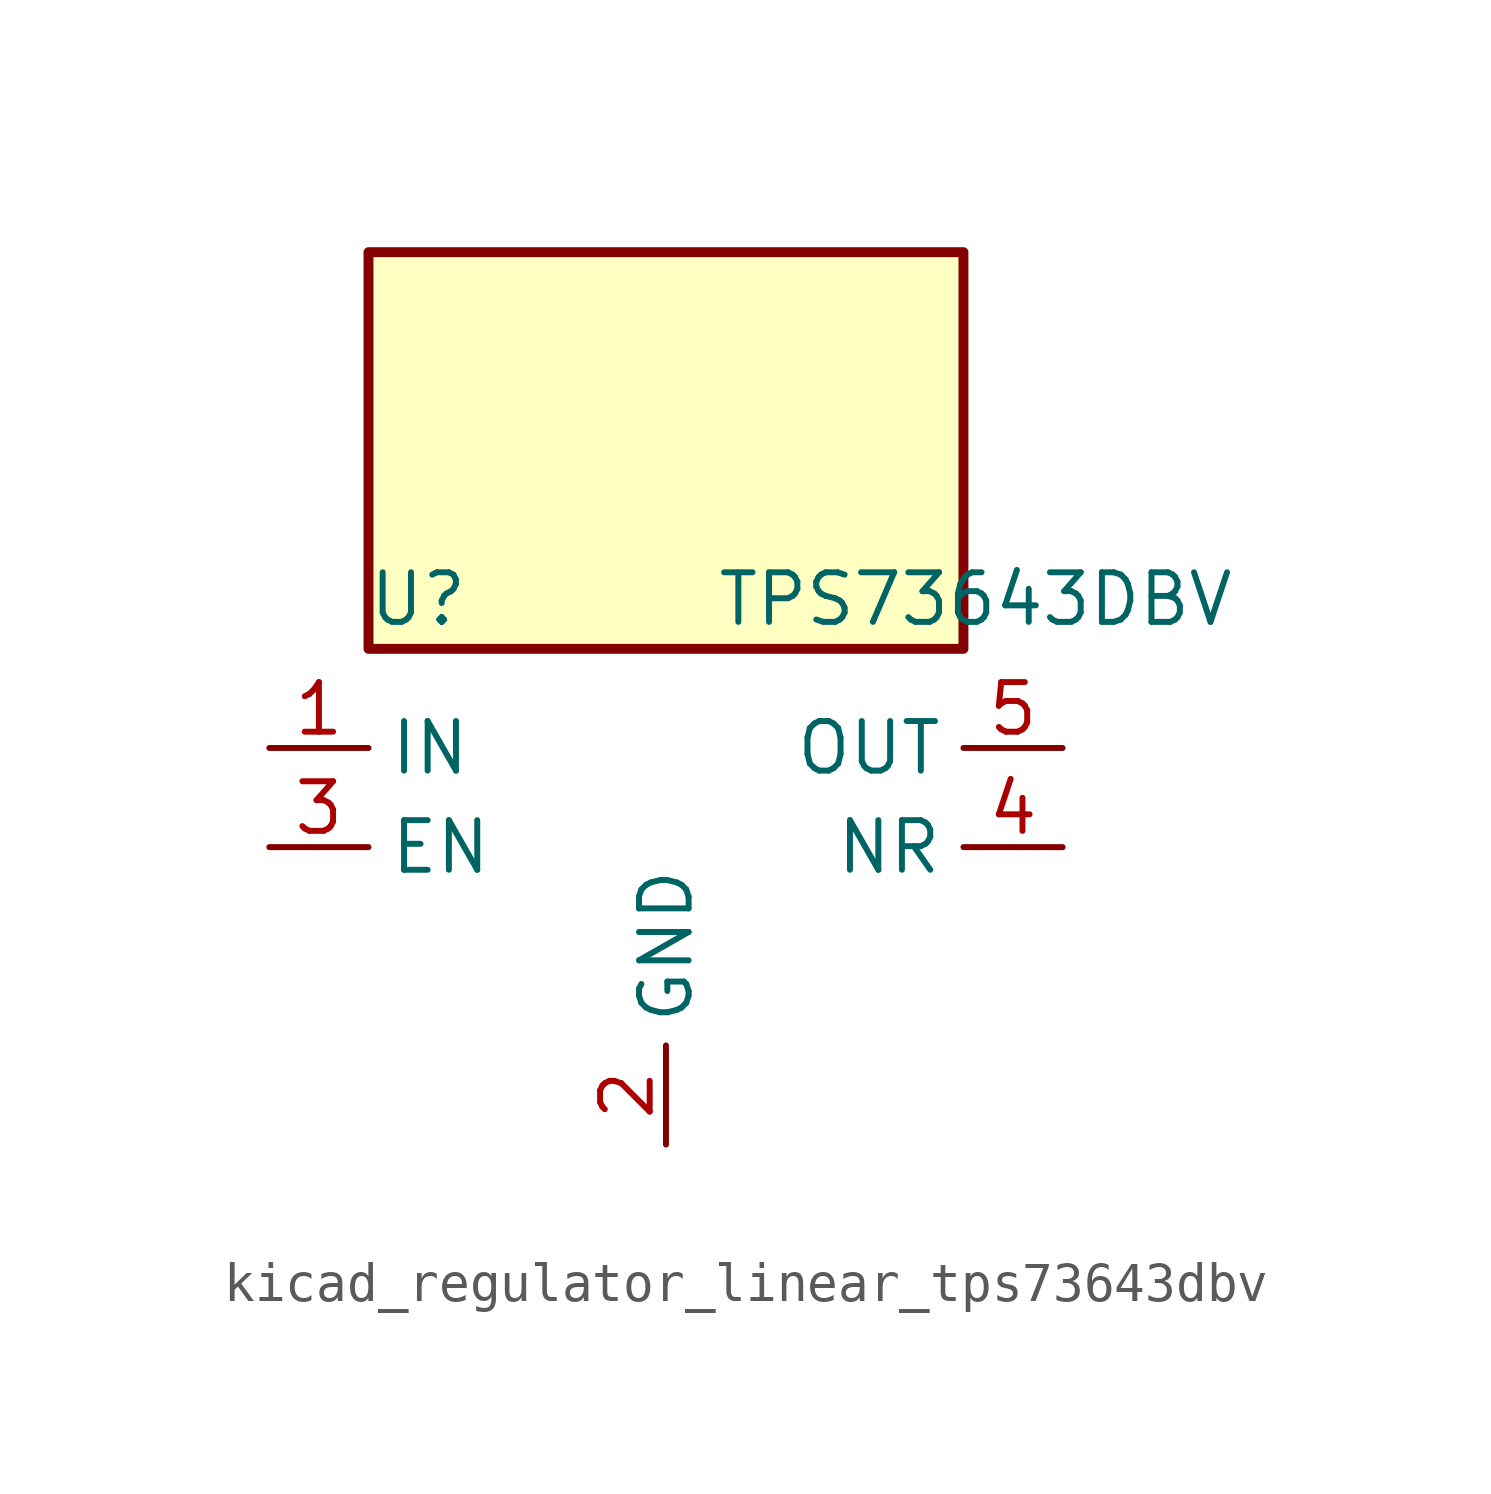
<source format=kicad_sym>
(kicad_symbol_lib
  (version 20220914)
  (generator kicad_symbol_editor)
  (symbol "kicad_regulator_linear_tps73643dbv"
    (property "Reference" "U"
      (at -6.35 6.35 0)
      (effects (font (size 1.27 1.27))))
    (property "Value" "TPS73643DBV"
      (at 1.27 6.35 0)
      (effects (font (size 1.27 1.27)) (justify left)))
    (symbol "kicad_regulator_linear_tps73643dbv_0_1"
      (rectangle (start 7.62 15.24) (end -7.62 5.08) (stroke (width 0.254) (type default)) (fill (type background))))
    (symbol "kicad_regulator_linear_tps73643dbv_1_1"
      (pin power_in line (at -10.16 2.54 0) (length 2.54) (name "IN" (effects (font (size 1.27 1.27)))) (number "1" (effects (font (size 1.27 1.27)))))
      (pin power_in line (at 0 -7.62 90) (length 2.54) (name "GND" (effects (font (size 1.27 1.27)))) (number "2" (effects (font (size 1.27 1.27)))))
      (pin input line (at -10.16 0 0) (length 2.54) (name "EN" (effects (font (size 1.27 1.27)))) (number "3" (effects (font (size 1.27 1.27)))))
      (pin passive line (at 10.16 0 180) (length 2.54) (name "NR" (effects (font (size 1.27 1.27)))) (number "4" (effects (font (size 1.27 1.27)))))
      (pin power_out line (at 10.16 2.54 180) (length 2.54) (name "OUT" (effects (font (size 1.27 1.27)))) (number "5" (effects (font (size 1.27 1.27))))))))
</source>
